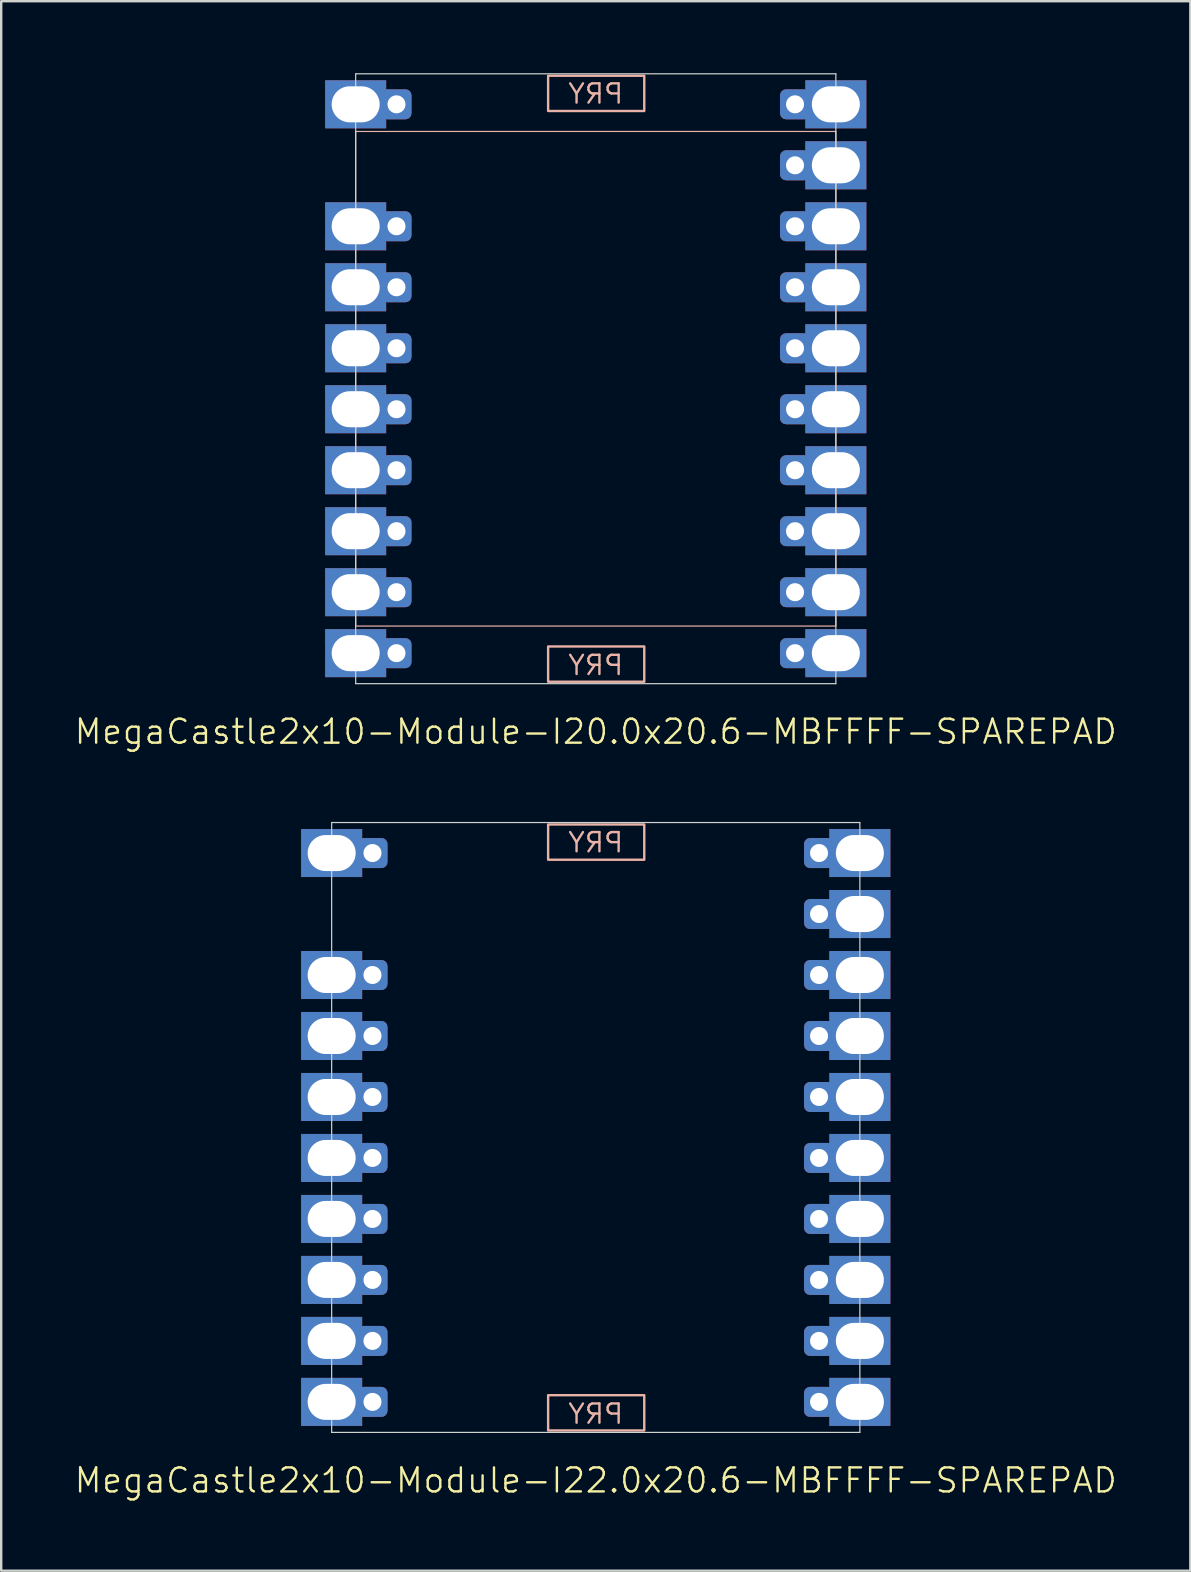
<source format=kicad_pcb>
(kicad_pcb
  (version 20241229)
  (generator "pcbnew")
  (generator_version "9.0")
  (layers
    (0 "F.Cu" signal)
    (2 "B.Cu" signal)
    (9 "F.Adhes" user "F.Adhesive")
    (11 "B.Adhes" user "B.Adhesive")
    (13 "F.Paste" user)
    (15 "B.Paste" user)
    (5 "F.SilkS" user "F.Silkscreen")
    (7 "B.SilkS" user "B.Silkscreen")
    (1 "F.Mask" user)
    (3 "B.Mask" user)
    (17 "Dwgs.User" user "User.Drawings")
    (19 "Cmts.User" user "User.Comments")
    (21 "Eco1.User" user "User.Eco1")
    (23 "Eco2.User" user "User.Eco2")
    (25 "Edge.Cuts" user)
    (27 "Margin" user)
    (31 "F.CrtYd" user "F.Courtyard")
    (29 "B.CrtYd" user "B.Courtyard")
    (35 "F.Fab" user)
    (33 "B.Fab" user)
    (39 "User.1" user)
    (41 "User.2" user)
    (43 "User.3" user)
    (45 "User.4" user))
  (footprint "MegaCastle2x10-Module-I20.0x20.6-MBFFFF-SPAREPAD"
    (layer "F.Cu")
    (at 21.764 12.725)
    (property "Reference" "MegaCastle2x10-Module-I20.0x20.6-MBFFFF-SPAREPAD" (at 0 14.7 0) (unlocked yes) (layer "F.SilkS") (effects (font (size 1 1) (thickness 0.1))))
    (attr smd)
    (fp_rect (start -10 10.3) (end 10 -10.3) (stroke (width 0.05) (type default)) (fill no) (layer "B.SilkS"))
    (fp_rect (start -1.984 -11.151) (end 2.02 -12.62) (stroke (width 0.1) (type default)) (fill no) (layer "B.SilkS"))
    (fp_rect (start -1.984 11.151) (end 2.02 12.62) (stroke (width 0.1) (type default)) (fill no) (layer "B.SilkS"))
    (fp_line (start -10 -12.7) (end -10 12.7) (stroke (width 0.05) (type default)) (layer "Edge.Cuts"))
    (fp_line (start -10 -12.7) (end 10 -12.7) (stroke (width 0.05) (type default)) (layer "Edge.Cuts"))
    (fp_line (start -10 12.7) (end 10 12.7) (stroke (width 0.05) (type default)) (layer "Edge.Cuts"))
    (fp_line (start 10 -12.7) (end 10 12.7) (stroke (width 0.05) (type default)) (layer "Edge.Cuts"))
    (fp_text user "PRY" (at 0 -11.4 0) (unlocked yes) (layer "B.SilkS") (effects (font (size 0.8 0.8) (thickness 0.1)) (justify bottom mirror)))
    (fp_text user "PRY" (at 0 12.4 0) (unlocked yes) (layer "B.SilkS") (effects (font (size 0.8 0.8) (thickness 0.1)) (justify bottom mirror)))
    (pad "1" thru_hole rect (at -10 -11.43) (size 2.54 2) (drill oval 2 1.5) (property pad_prop_castellated) (layers "*.Cu" "*.Mask"))
    (pad "1" thru_hole roundrect (at -8.3 -11.43 180) (size 1.25 1.25) (drill 0.75) (layers "*.Cu" "*.Mask") (roundrect_rratio 0.2))
    (pad "3" thru_hole rect (at -10 -6.35) (size 2.54 2) (drill oval 2 1.5) (property pad_prop_castellated) (layers "*.Cu" "*.Mask"))
    (pad "3" thru_hole roundrect (at -8.3 -6.35 180) (size 1.25 1.25) (drill 0.75) (layers "*.Cu" "*.Mask") (roundrect_rratio 0.2))
    (pad "4" thru_hole rect (at -10 -3.81) (size 2.54 2) (drill oval 2 1.5) (property pad_prop_castellated) (layers "*.Cu" "*.Mask"))
    (pad "4" thru_hole roundrect (at -8.3 -3.81 180) (size 1.25 1.25) (drill 0.75) (layers "*.Cu" "*.Mask") (roundrect_rratio 0.2))
    (pad "5" thru_hole rect (at -10 -1.27) (size 2.54 2) (drill oval 2 1.5) (property pad_prop_castellated) (layers "*.Cu" "*.Mask"))
    (pad "5" thru_hole roundrect (at -8.3 -1.27 180) (size 1.25 1.25) (drill 0.75) (layers "*.Cu" "*.Mask") (roundrect_rratio 0.2))
    (pad "6" thru_hole rect (at -10 1.27) (size 2.54 2) (drill oval 2 1.5) (property pad_prop_castellated) (layers "*.Cu" "*.Mask"))
    (pad "6" thru_hole roundrect (at -8.3 1.27 180) (size 1.25 1.25) (drill 0.75) (layers "*.Cu" "*.Mask") (roundrect_rratio 0.2))
    (pad "7" thru_hole rect (at -10 3.81) (size 2.54 2) (drill oval 2 1.5) (property pad_prop_castellated) (layers "*.Cu" "*.Mask"))
    (pad "7" thru_hole roundrect (at -8.3 3.81 180) (size 1.25 1.25) (drill 0.75) (layers "*.Cu" "*.Mask") (roundrect_rratio 0.2))
    (pad "8" thru_hole rect (at -10 6.35) (size 2.54 2) (drill oval 2 1.5) (property pad_prop_castellated) (layers "*.Cu" "*.Mask"))
    (pad "8" thru_hole roundrect (at -8.3 6.35 180) (size 1.25 1.25) (drill 0.75) (layers "*.Cu" "*.Mask") (roundrect_rratio 0.2))
    (pad "9" thru_hole rect (at -10 8.89) (size 2.54 2) (drill oval 2 1.5) (property pad_prop_castellated) (layers "*.Cu" "*.Mask"))
    (pad "9" thru_hole roundrect (at -8.3 8.89 180) (size 1.25 1.25) (drill 0.75) (layers "*.Cu" "*.Mask") (roundrect_rratio 0.2))
    (pad "10" thru_hole rect (at -10 11.43) (size 2.54 2) (drill oval 2 1.5) (property pad_prop_castellated) (layers "*.Cu" "*.Mask"))
    (pad "10" thru_hole roundrect (at -8.3 11.43 180) (size 1.25 1.25) (drill 0.75) (layers "*.Cu" "*.Mask") (roundrect_rratio 0.2))
    (pad "11" thru_hole roundrect (at 8.3 -11.43 180) (size 1.25 1.25) (drill 0.75) (layers "*.Cu" "*.Mask") (roundrect_rratio 0.2))
    (pad "11" thru_hole rect (at 10 -11.43) (size 2.54 2) (drill oval 2 1.5) (property pad_prop_castellated) (layers "*.Cu" "*.Mask"))
    (pad "12" thru_hole roundrect (at 8.3 -8.89 180) (size 1.25 1.25) (drill 0.75) (layers "*.Cu" "*.Mask") (roundrect_rratio 0.2))
    (pad "12" thru_hole rect (at 10 -8.89) (size 2.54 2) (drill oval 2 1.5) (property pad_prop_castellated) (layers "*.Cu" "*.Mask"))
    (pad "13" thru_hole roundrect (at 8.3 -6.35 180) (size 1.25 1.25) (drill 0.75) (layers "*.Cu" "*.Mask") (roundrect_rratio 0.2))
    (pad "13" thru_hole rect (at 10 -6.35) (size 2.54 2) (drill oval 2 1.5) (property pad_prop_castellated) (layers "*.Cu" "*.Mask"))
    (pad "14" thru_hole roundrect (at 8.3 -3.81 180) (size 1.25 1.25) (drill 0.75) (layers "*.Cu" "*.Mask") (roundrect_rratio 0.2))
    (pad "14" thru_hole rect (at 10 -3.81) (size 2.54 2) (drill oval 2 1.5) (property pad_prop_castellated) (layers "*.Cu" "*.Mask"))
    (pad "15" thru_hole roundrect (at 8.3 -1.27 180) (size 1.25 1.25) (drill 0.75) (layers "*.Cu" "*.Mask") (roundrect_rratio 0.2))
    (pad "15" thru_hole rect (at 10 -1.27) (size 2.54 2) (drill oval 2 1.5) (property pad_prop_castellated) (layers "*.Cu" "*.Mask"))
    (pad "16" thru_hole roundrect (at 8.3 1.27 180) (size 1.25 1.25) (drill 0.75) (layers "*.Cu" "*.Mask") (roundrect_rratio 0.2))
    (pad "16" thru_hole rect (at 10 1.27) (size 2.54 2) (drill oval 2 1.5) (property pad_prop_castellated) (layers "*.Cu" "*.Mask"))
    (pad "17" thru_hole roundrect (at 8.3 3.81 180) (size 1.25 1.25) (drill 0.75) (layers "*.Cu" "*.Mask") (roundrect_rratio 0.2))
    (pad "17" thru_hole rect (at 10 3.81) (size 2.54 2) (drill oval 2 1.5) (property pad_prop_castellated) (layers "*.Cu" "*.Mask"))
    (pad "18" thru_hole roundrect (at 8.3 6.35 180) (size 1.25 1.25) (drill 0.75) (layers "*.Cu" "*.Mask") (roundrect_rratio 0.2))
    (pad "18" thru_hole rect (at 10 6.35) (size 2.54 2) (drill oval 2 1.5) (property pad_prop_castellated) (layers "*.Cu" "*.Mask"))
    (pad "19" thru_hole roundrect (at 8.3 8.89 180) (size 1.25 1.25) (drill 0.75) (layers "*.Cu" "*.Mask") (roundrect_rratio 0.2))
    (pad "19" thru_hole rect (at 10 8.89) (size 2.54 2) (drill oval 2 1.5) (property pad_prop_castellated) (layers "*.Cu" "*.Mask"))
    (pad "20" thru_hole roundrect (at 8.3 11.43 180) (size 1.25 1.25) (drill 0.75) (layers "*.Cu" "*.Mask") (roundrect_rratio 0.2))
    (pad "20" thru_hole rect (at 10 11.43) (size 2.54 2) (drill oval 2 1.5) (property pad_prop_castellated) (layers "*.Cu" "*.Mask"))
    (zone (net_name "") (layer "B.Cu") (hatch edge 0.5) (connect_pads) (min_thickness 0.25) (filled_areas_thickness no) (keepout (tracks allowed) (vias allowed) (pads allowed) (copperpour allowed) (footprints not_allowed)) (placement (enabled no)) (fill) (polygon (pts (xy 11.764 25.425) (xy 11.764 0.025))))
    (zone (net_name "") (layer "B.Cu") (hatch edge 0.5) (connect_pads) (min_thickness 0.25) (filled_areas_thickness no) (keepout (tracks allowed) (vias allowed) (pads allowed) (copperpour allowed) (footprints not_allowed)) (placement (enabled no)) (fill) (polygon (pts (xy 31.764 25.425) (xy 31.764 0.025))))
    (zone (net_name "") (layer "B.Cu") (hatch edge 0.5) (connect_pads) (min_thickness 0.25) (filled_areas_thickness no) (keepout (tracks allowed) (vias allowed) (pads allowed) (copperpour allowed) (footprints not_allowed)) (placement (enabled no)) (fill) (polygon (pts (xy 11.764 0.025) (xy 11.764 2.425) (xy 31.764 2.425) (xy 31.764 0.025))))
    (zone (net_name "") (layer "B.Cu") (hatch edge 0.5) (connect_pads) (min_thickness 0.25) (filled_areas_thickness no) (keepout (tracks allowed) (vias allowed) (pads allowed) (copperpour allowed) (footprints not_allowed)) (placement (enabled no)) (fill) (polygon (pts (xy 11.764 25.425) (xy 11.764 23.025) (xy 31.764 23.025) (xy 31.764 25.425))))
    (zone (net_name "") (layer "B.Cu") (name "Upper Pry Zone") (hatch edge 0.5) (connect_pads) (min_thickness 0.25) (filled_areas_thickness no) (keepout (tracks not_allowed) (vias not_allowed) (pads not_allowed) (copperpour allowed) (footprints not_allowed)) (placement (enabled no)) (fill) (polygon (pts (xy 19.78 1.574) (xy 19.78 0.105) (xy 23.784 0.105) (xy 23.784 1.574))))
    (zone (net_name "") (layer "B.Cu") (name "Upper Pry Zone") (hatch edge 0.5) (connect_pads) (min_thickness 0.25) (filled_areas_thickness no) (keepout (tracks not_allowed) (vias not_allowed) (pads not_allowed) (copperpour allowed) (footprints not_allowed)) (placement (enabled no)) (fill) (polygon (pts (xy 19.78 23.876) (xy 19.78 25.345) (xy 23.784 25.345) (xy 23.784 23.876)))))
  (footprint "MegaCastle2x10-Module-I22.0x20.6-MBFFFF-SPAREPAD"
    (layer "F.Cu")
    (at 21.764 43.91)
    (property "Reference" "MegaCastle2x10-Module-I22.0x20.6-MBFFFF-SPAREPAD" (at 0 14.7 0) (unlocked yes) (layer "F.SilkS") (effects (font (size 1 1) (thickness 0.1))))
    (attr smd)
    (fp_rect (start -1.984 -11.151) (end 2.02 -12.62) (stroke (width 0.1) (type default)) (fill no) (layer "B.SilkS"))
    (fp_rect (start -1.984 11.151) (end 2.02 12.62) (stroke (width 0.1) (type default)) (fill no) (layer "B.SilkS"))
    (fp_line (start -11 -12.7) (end -11 12.7) (stroke (width 0.05) (type default)) (layer "Edge.Cuts"))
    (fp_line (start -11 -12.7) (end 11 -12.7) (stroke (width 0.05) (type default)) (layer "Edge.Cuts"))
    (fp_line (start -11 12.7) (end 11 12.7) (stroke (width 0.05) (type default)) (layer "Edge.Cuts"))
    (fp_line (start 11 -12.7) (end 11 12.7) (stroke (width 0.05) (type default)) (layer "Edge.Cuts"))
    (fp_text user "PRY" (at 0 12.4 0) (unlocked yes) (layer "B.SilkS") (effects (font (size 0.8 0.8) (thickness 0.1)) (justify bottom mirror)))
    (fp_text user "PRY" (at 0 -11.4 0) (unlocked yes) (layer "B.SilkS") (effects (font (size 0.8 0.8) (thickness 0.1)) (justify bottom mirror)))
    (pad "1" thru_hole rect (at -11 -11.43) (size 2.54 2) (drill oval 2 1.5) (property pad_prop_castellated) (layers "*.Cu" "*.Mask"))
    (pad "1" thru_hole roundrect (at -9.3 -11.43 180) (size 1.25 1.25) (drill 0.75) (layers "*.Cu" "*.Mask") (roundrect_rratio 0.2))
    (pad "3" thru_hole rect (at -11 -6.35) (size 2.54 2) (drill oval 2 1.5) (property pad_prop_castellated) (layers "*.Cu" "*.Mask"))
    (pad "3" thru_hole roundrect (at -9.3 -6.35 180) (size 1.25 1.25) (drill 0.75) (layers "*.Cu" "*.Mask") (roundrect_rratio 0.2))
    (pad "4" thru_hole rect (at -11 -3.81) (size 2.54 2) (drill oval 2 1.5) (property pad_prop_castellated) (layers "*.Cu" "*.Mask"))
    (pad "4" thru_hole roundrect (at -9.3 -3.81 180) (size 1.25 1.25) (drill 0.75) (layers "*.Cu" "*.Mask") (roundrect_rratio 0.2))
    (pad "5" thru_hole rect (at -11 -1.27) (size 2.54 2) (drill oval 2 1.5) (property pad_prop_castellated) (layers "*.Cu" "*.Mask"))
    (pad "5" thru_hole roundrect (at -9.3 -1.27 180) (size 1.25 1.25) (drill 0.75) (layers "*.Cu" "*.Mask") (roundrect_rratio 0.2))
    (pad "6" thru_hole rect (at -11 1.27) (size 2.54 2) (drill oval 2 1.5) (property pad_prop_castellated) (layers "*.Cu" "*.Mask"))
    (pad "6" thru_hole roundrect (at -9.3 1.27 180) (size 1.25 1.25) (drill 0.75) (layers "*.Cu" "*.Mask") (roundrect_rratio 0.2))
    (pad "7" thru_hole rect (at -11 3.81) (size 2.54 2) (drill oval 2 1.5) (property pad_prop_castellated) (layers "*.Cu" "*.Mask"))
    (pad "7" thru_hole roundrect (at -9.3 3.81 180) (size 1.25 1.25) (drill 0.75) (layers "*.Cu" "*.Mask") (roundrect_rratio 0.2))
    (pad "8" thru_hole rect (at -11 6.35) (size 2.54 2) (drill oval 2 1.5) (property pad_prop_castellated) (layers "*.Cu" "*.Mask"))
    (pad "8" thru_hole roundrect (at -9.3 6.35 180) (size 1.25 1.25) (drill 0.75) (layers "*.Cu" "*.Mask") (roundrect_rratio 0.2))
    (pad "9" thru_hole rect (at -11 8.89) (size 2.54 2) (drill oval 2 1.5) (property pad_prop_castellated) (layers "*.Cu" "*.Mask"))
    (pad "9" thru_hole roundrect (at -9.3 8.89 180) (size 1.25 1.25) (drill 0.75) (layers "*.Cu" "*.Mask") (roundrect_rratio 0.2))
    (pad "10" thru_hole rect (at -11 11.43) (size 2.54 2) (drill oval 2 1.5) (property pad_prop_castellated) (layers "*.Cu" "*.Mask"))
    (pad "10" thru_hole roundrect (at -9.3 11.43 180) (size 1.25 1.25) (drill 0.75) (layers "*.Cu" "*.Mask") (roundrect_rratio 0.2))
    (pad "11" thru_hole roundrect (at 9.3 -11.43 180) (size 1.25 1.25) (drill 0.75) (layers "*.Cu" "*.Mask") (roundrect_rratio 0.2))
    (pad "11" thru_hole rect (at 11 -11.43) (size 2.54 2) (drill oval 2 1.5) (property pad_prop_castellated) (layers "*.Cu" "*.Mask"))
    (pad "12" thru_hole roundrect (at 9.3 -8.89 180) (size 1.25 1.25) (drill 0.75) (layers "*.Cu" "*.Mask") (roundrect_rratio 0.2))
    (pad "12" thru_hole rect (at 11 -8.89) (size 2.54 2) (drill oval 2 1.5) (property pad_prop_castellated) (layers "*.Cu" "*.Mask"))
    (pad "13" thru_hole roundrect (at 9.3 -6.35 180) (size 1.25 1.25) (drill 0.75) (layers "*.Cu" "*.Mask") (roundrect_rratio 0.2))
    (pad "13" thru_hole rect (at 11 -6.35) (size 2.54 2) (drill oval 2 1.5) (property pad_prop_castellated) (layers "*.Cu" "*.Mask"))
    (pad "14" thru_hole roundrect (at 9.3 -3.81 180) (size 1.25 1.25) (drill 0.75) (layers "*.Cu" "*.Mask") (roundrect_rratio 0.2))
    (pad "14" thru_hole rect (at 11 -3.81) (size 2.54 2) (drill oval 2 1.5) (property pad_prop_castellated) (layers "*.Cu" "*.Mask"))
    (pad "15" thru_hole roundrect (at 9.3 -1.27 180) (size 1.25 1.25) (drill 0.75) (layers "*.Cu" "*.Mask") (roundrect_rratio 0.2))
    (pad "15" thru_hole rect (at 11 -1.27) (size 2.54 2) (drill oval 2 1.5) (property pad_prop_castellated) (layers "*.Cu" "*.Mask"))
    (pad "16" thru_hole roundrect (at 9.3 1.27 180) (size 1.25 1.25) (drill 0.75) (layers "*.Cu" "*.Mask") (roundrect_rratio 0.2))
    (pad "16" thru_hole rect (at 11 1.27) (size 2.54 2) (drill oval 2 1.5) (property pad_prop_castellated) (layers "*.Cu" "*.Mask"))
    (pad "17" thru_hole roundrect (at 9.3 3.81 180) (size 1.25 1.25) (drill 0.75) (layers "*.Cu" "*.Mask") (roundrect_rratio 0.2))
    (pad "17" thru_hole rect (at 11 3.81) (size 2.54 2) (drill oval 2 1.5) (property pad_prop_castellated) (layers "*.Cu" "*.Mask"))
    (pad "18" thru_hole roundrect (at 9.3 6.35 180) (size 1.25 1.25) (drill 0.75) (layers "*.Cu" "*.Mask") (roundrect_rratio 0.2))
    (pad "18" thru_hole rect (at 11 6.35) (size 2.54 2) (drill oval 2 1.5) (property pad_prop_castellated) (layers "*.Cu" "*.Mask"))
    (pad "19" thru_hole roundrect (at 9.3 8.89 180) (size 1.25 1.25) (drill 0.75) (layers "*.Cu" "*.Mask") (roundrect_rratio 0.2))
    (pad "19" thru_hole rect (at 11 8.89) (size 2.54 2) (drill oval 2 1.5) (property pad_prop_castellated) (layers "*.Cu" "*.Mask"))
    (pad "20" thru_hole roundrect (at 9.3 11.43 180) (size 1.25 1.25) (drill 0.75) (layers "*.Cu" "*.Mask") (roundrect_rratio 0.2))
    (pad "20" thru_hole rect (at 11 11.43) (size 2.54 2) (drill oval 2 1.5) (property pad_prop_castellated) (layers "*.Cu" "*.Mask"))
    (zone (net_name "") (layer "B.Cu") (hatch edge 0.5) (connect_pads) (min_thickness 0.25) (filled_areas_thickness no) (keepout (tracks allowed) (vias allowed) (pads allowed) (copperpour allowed) (footprints not_allowed)) (placement (enabled no)) (fill) (polygon (pts (xy 10.764 31.21) (xy 10.764 33.611) (xy 32.764 33.611) (xy 32.764 31.21))))
    (zone (net_name "") (layer "B.Cu") (hatch edge 0.5) (connect_pads) (min_thickness 0.25) (filled_areas_thickness no) (keepout (tracks allowed) (vias allowed) (pads allowed) (copperpour allowed) (footprints not_allowed)) (placement (enabled no)) (fill) (polygon (pts (xy 10.764 56.611) (xy 10.764 54.211) (xy 32.764 54.211) (xy 32.764 56.611))))
    (zone (net_name "") (layer "B.Cu") (name "Upper Pry Zone") (hatch edge 0.5) (connect_pads) (min_thickness 0.25) (filled_areas_thickness no) (keepout (tracks not_allowed) (vias not_allowed) (pads not_allowed) (copperpour allowed) (footprints not_allowed)) (placement (enabled no)) (fill) (polygon (pts (xy 19.78 32.759) (xy 19.78 31.291) (xy 23.784 31.291) (xy 23.784 32.759))))
    (zone (net_name "") (layer "B.Cu") (name "Upper Pry Zone") (hatch edge 0.5) (connect_pads) (min_thickness 0.25) (filled_areas_thickness no) (keepout (tracks not_allowed) (vias not_allowed) (pads not_allowed) (copperpour allowed) (footprints not_allowed)) (placement (enabled no)) (fill) (polygon (pts (xy 19.78 55.062) (xy 19.78 56.531) (xy 23.784 56.531) (xy 23.784 55.062)))))
  (gr_rect
    (start -3 -3)
    (end 46.529 62.371)
    (stroke (width 0.1) (type default))
    (fill no)
    (layer "Edge.Cuts")))
</source>
